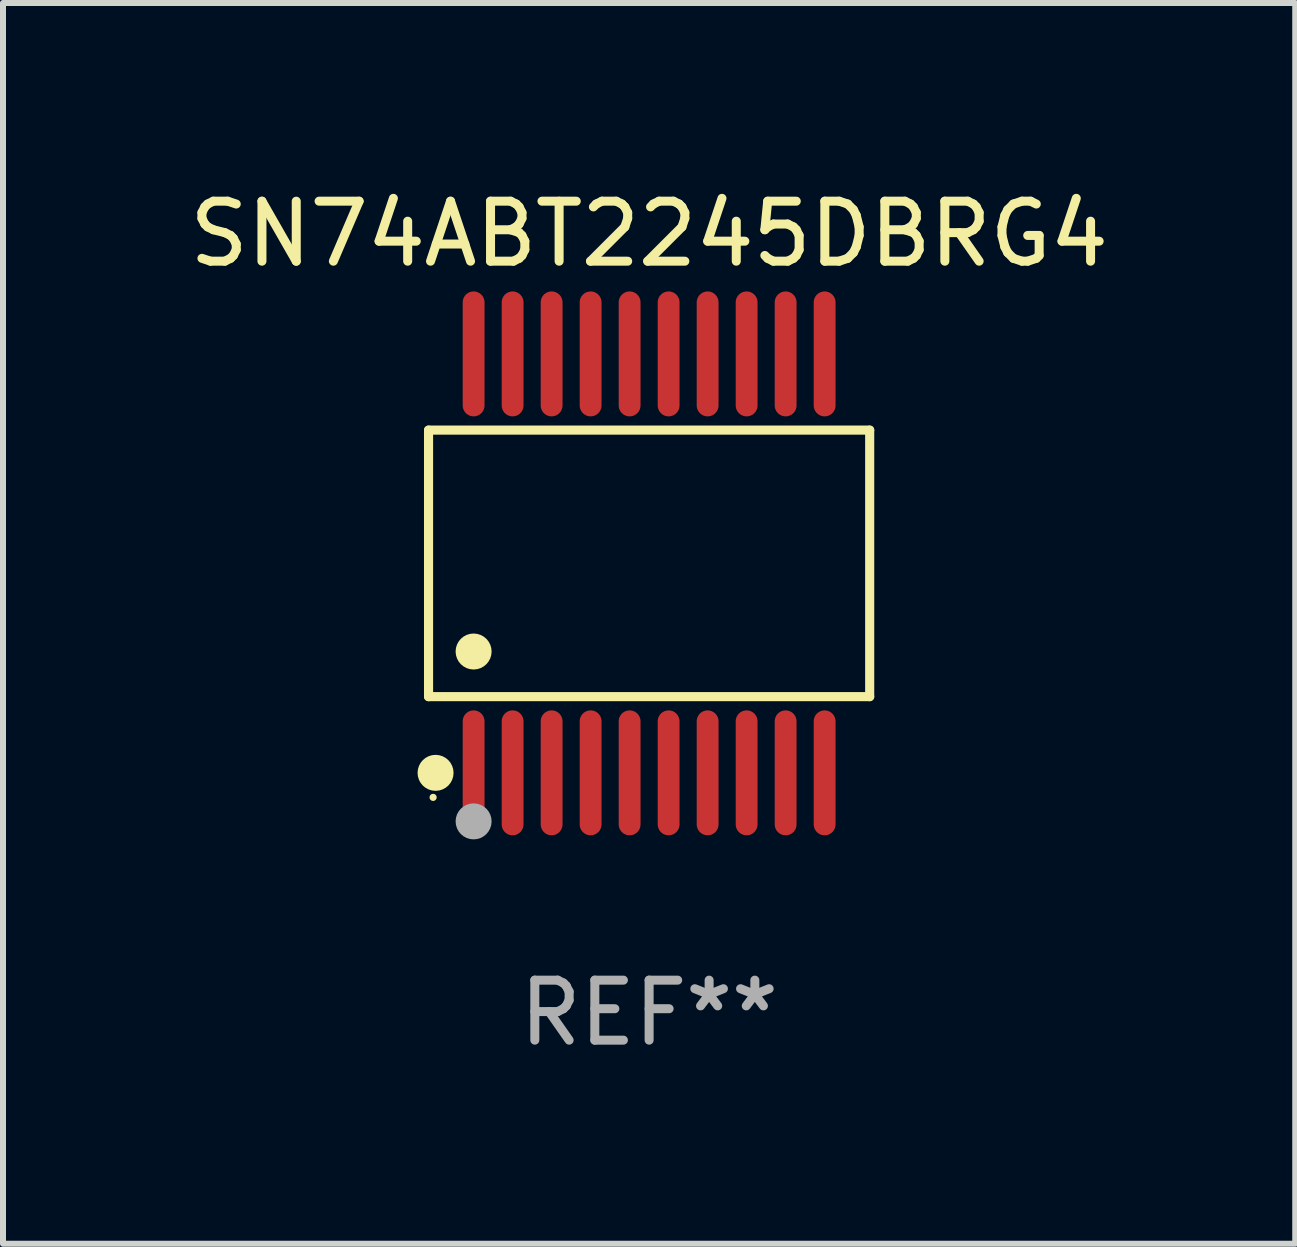
<source format=kicad_pcb>
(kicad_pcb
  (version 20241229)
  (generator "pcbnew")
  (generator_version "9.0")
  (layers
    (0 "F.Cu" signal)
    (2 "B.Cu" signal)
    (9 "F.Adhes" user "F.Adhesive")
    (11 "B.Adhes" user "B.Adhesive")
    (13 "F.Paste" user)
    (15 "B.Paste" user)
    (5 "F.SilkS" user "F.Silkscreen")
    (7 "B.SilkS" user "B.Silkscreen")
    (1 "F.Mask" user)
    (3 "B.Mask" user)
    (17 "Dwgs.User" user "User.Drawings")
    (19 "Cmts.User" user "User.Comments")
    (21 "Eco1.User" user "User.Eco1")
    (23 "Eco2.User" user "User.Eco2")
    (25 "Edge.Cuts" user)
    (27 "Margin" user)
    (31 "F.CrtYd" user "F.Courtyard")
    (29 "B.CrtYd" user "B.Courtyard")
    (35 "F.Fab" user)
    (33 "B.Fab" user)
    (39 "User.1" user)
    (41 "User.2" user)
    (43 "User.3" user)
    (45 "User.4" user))
  (footprint "SN74ABT2245DBRG4"
    (layer "F.Cu")
    (at 7.768 6.339)
    (property "Reference" "SN74ABT2245DBRG4" (at 0 -5.491 0) (layer "F.SilkS") (effects (font (size 1 1) (thickness 0.15))))
    (attr through_hole)
    (fp_line (start -3.676 -2.221) (end 3.676 -2.221) (stroke (width 0.152) (type solid)) (layer "F.SilkS"))
    (fp_line (start -3.676 2.221) (end -3.676 -2.221) (stroke (width 0.152) (type solid)) (layer "F.SilkS"))
    (fp_line (start 3.676 -2.221) (end 3.676 2.221) (stroke (width 0.152) (type solid)) (layer "F.SilkS"))
    (fp_line (start 3.676 2.221) (end -3.676 2.221) (stroke (width 0.152) (type solid)) (layer "F.SilkS"))
    (fp_circle (center -3.6 3.9) (end -3.57 3.9) (stroke (width 0.06) (type solid)) (fill no) (layer "F.SilkS"))
    (fp_circle (center -3.559 3.491) (end -3.409 3.491) (stroke (width 0.3) (type solid)) (fill no) (layer "F.SilkS"))
    (fp_circle (center -2.925 1.469) (end -2.775 1.469) (stroke (width 0.3) (type solid)) (fill no) (layer "F.SilkS"))
    (fp_circle (center -2.925 4.3) (end -2.775 4.3) (stroke (width 0.3) (type solid)) (fill no) (layer "F.Fab"))
    (fp_text user "REF**" (at 0 7.491 0) (layer "F.Fab") (effects (font (size 1 1) (thickness 0.15))))
    (pad "1" smd oval (at -2.925 3.491) (size 0.364 2.082) (layers "F.Cu" "F.Mask" "F.Paste"))
    (pad "2" smd oval (at -2.275 3.491) (size 0.364 2.082) (layers "F.Cu" "F.Mask" "F.Paste"))
    (pad "3" smd oval (at -1.625 3.491) (size 0.364 2.082) (layers "F.Cu" "F.Mask" "F.Paste"))
    (pad "4" smd oval (at -0.975 3.491) (size 0.364 2.082) (layers "F.Cu" "F.Mask" "F.Paste"))
    (pad "5" smd oval (at -0.325 3.491) (size 0.364 2.082) (layers "F.Cu" "F.Mask" "F.Paste"))
    (pad "6" smd oval (at 0.325 3.491) (size 0.364 2.082) (layers "F.Cu" "F.Mask" "F.Paste"))
    (pad "7" smd oval (at 0.975 3.491) (size 0.364 2.082) (layers "F.Cu" "F.Mask" "F.Paste"))
    (pad "8" smd oval (at 1.625 3.491) (size 0.364 2.082) (layers "F.Cu" "F.Mask" "F.Paste"))
    (pad "9" smd oval (at 2.275 3.491) (size 0.364 2.082) (layers "F.Cu" "F.Mask" "F.Paste"))
    (pad "10" smd oval (at 2.925 3.491) (size 0.364 2.082) (layers "F.Cu" "F.Mask" "F.Paste"))
    (pad "11" smd oval (at 2.925 -3.491) (size 0.364 2.082) (layers "F.Cu" "F.Mask" "F.Paste"))
    (pad "12" smd oval (at 2.275 -3.491) (size 0.364 2.082) (layers "F.Cu" "F.Mask" "F.Paste"))
    (pad "13" smd oval (at 1.625 -3.491) (size 0.364 2.082) (layers "F.Cu" "F.Mask" "F.Paste"))
    (pad "14" smd oval (at 0.975 -3.491) (size 0.364 2.082) (layers "F.Cu" "F.Mask" "F.Paste"))
    (pad "15" smd oval (at 0.325 -3.491) (size 0.364 2.082) (layers "F.Cu" "F.Mask" "F.Paste"))
    (pad "16" smd oval (at -0.325 -3.491) (size 0.364 2.082) (layers "F.Cu" "F.Mask" "F.Paste"))
    (pad "17" smd oval (at -0.975 -3.491) (size 0.364 2.082) (layers "F.Cu" "F.Mask" "F.Paste"))
    (pad "18" smd oval (at -1.625 -3.491) (size 0.364 2.082) (layers "F.Cu" "F.Mask" "F.Paste"))
    (pad "19" smd oval (at -2.275 -3.491) (size 0.364 2.082) (layers "F.Cu" "F.Mask" "F.Paste"))
    (pad "20" smd oval (at -2.925 -3.491) (size 0.364 2.082) (layers "F.Cu" "F.Mask" "F.Paste")))
  (gr_rect
    (start -3 -3)
    (end 18.536 17.678)
    (stroke (width 0.1) (type default))
    (fill no)
    (layer "Edge.Cuts")))
</source>
